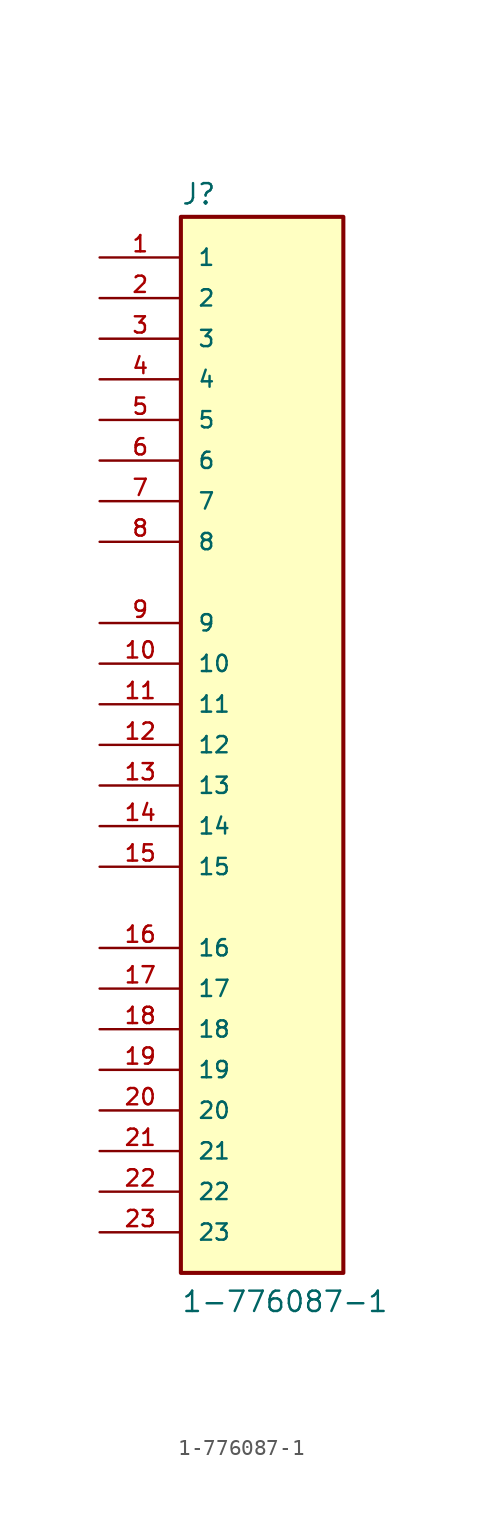
<source format=kicad_sym>
(kicad_symbol_lib
  (version 20211014)
  (generator kicad_symbol_editor)
  (symbol "1-776087-1"
    (pin_names
      (offset 1.016))
    (property "Reference" "J"
      (at -5.086 33.697 0)
      (effects (font (size 1.27 1.27)) (justify bottom left)))
    (property "Value" "1-776087-1"
      (at -5.08 -35.563 0)
      (effects (font (size 1.27 1.27)) (justify bottom left)))
    (symbol "1-776087-1_0_0"
      (rectangle (start -5.08 -33.02) (end 5.08 33.02) (stroke (width 0.254)) (fill (type background)))
      (pin passive line (at -10.16 30.48 0) (length 5.08) (name "1" (effects (font (size 1.016 1.016)))) (number "1" (effects (font (size 1.016 1.016)))))
      (pin passive line (at -10.16 27.94 0) (length 5.08) (name "2" (effects (font (size 1.016 1.016)))) (number "2" (effects (font (size 1.016 1.016)))))
      (pin passive line (at -10.16 25.4 0) (length 5.08) (name "3" (effects (font (size 1.016 1.016)))) (number "3" (effects (font (size 1.016 1.016)))))
      (pin passive line (at -10.16 22.86 0) (length 5.08) (name "4" (effects (font (size 1.016 1.016)))) (number "4" (effects (font (size 1.016 1.016)))))
      (pin passive line (at -10.16 20.32 0) (length 5.08) (name "5" (effects (font (size 1.016 1.016)))) (number "5" (effects (font (size 1.016 1.016)))))
      (pin passive line (at -10.16 17.78 0) (length 5.08) (name "6" (effects (font (size 1.016 1.016)))) (number "6" (effects (font (size 1.016 1.016)))))
      (pin passive line (at -10.16 15.24 0) (length 5.08) (name "7" (effects (font (size 1.016 1.016)))) (number "7" (effects (font (size 1.016 1.016)))))
      (pin passive line (at -10.16 12.7 0) (length 5.08) (name "8" (effects (font (size 1.016 1.016)))) (number "8" (effects (font (size 1.016 1.016)))))
      (pin passive line (at -10.16 7.62 0) (length 5.08) (name "9" (effects (font (size 1.016 1.016)))) (number "9" (effects (font (size 1.016 1.016)))))
      (pin passive line (at -10.16 5.08 0) (length 5.08) (name "10" (effects (font (size 1.016 1.016)))) (number "10" (effects (font (size 1.016 1.016)))))
      (pin passive line (at -10.16 2.54 0) (length 5.08) (name "11" (effects (font (size 1.016 1.016)))) (number "11" (effects (font (size 1.016 1.016)))))
      (pin passive line (at -10.16 0.0 0) (length 5.08) (name "12" (effects (font (size 1.016 1.016)))) (number "12" (effects (font (size 1.016 1.016)))))
      (pin passive line (at -10.16 -2.54 0) (length 5.08) (name "13" (effects (font (size 1.016 1.016)))) (number "13" (effects (font (size 1.016 1.016)))))
      (pin passive line (at -10.16 -5.08 0) (length 5.08) (name "14" (effects (font (size 1.016 1.016)))) (number "14" (effects (font (size 1.016 1.016)))))
      (pin passive line (at -10.16 -7.62 0) (length 5.08) (name "15" (effects (font (size 1.016 1.016)))) (number "15" (effects (font (size 1.016 1.016)))))
      (pin passive line (at -10.16 -12.7 0) (length 5.08) (name "16" (effects (font (size 1.016 1.016)))) (number "16" (effects (font (size 1.016 1.016)))))
      (pin passive line (at -10.16 -15.24 0) (length 5.08) (name "17" (effects (font (size 1.016 1.016)))) (number "17" (effects (font (size 1.016 1.016)))))
      (pin passive line (at -10.16 -17.78 0) (length 5.08) (name "18" (effects (font (size 1.016 1.016)))) (number "18" (effects (font (size 1.016 1.016)))))
      (pin passive line (at -10.16 -20.32 0) (length 5.08) (name "19" (effects (font (size 1.016 1.016)))) (number "19" (effects (font (size 1.016 1.016)))))
      (pin passive line (at -10.16 -22.86 0) (length 5.08) (name "20" (effects (font (size 1.016 1.016)))) (number "20" (effects (font (size 1.016 1.016)))))
      (pin passive line (at -10.16 -25.4 0) (length 5.08) (name "21" (effects (font (size 1.016 1.016)))) (number "21" (effects (font (size 1.016 1.016)))))
      (pin passive line (at -10.16 -27.94 0) (length 5.08) (name "22" (effects (font (size 1.016 1.016)))) (number "22" (effects (font (size 1.016 1.016)))))
      (pin passive line (at -10.16 -30.48 0) (length 5.08) (name "23" (effects (font (size 1.016 1.016)))) (number "23" (effects (font (size 1.016 1.016))))))))
</source>
